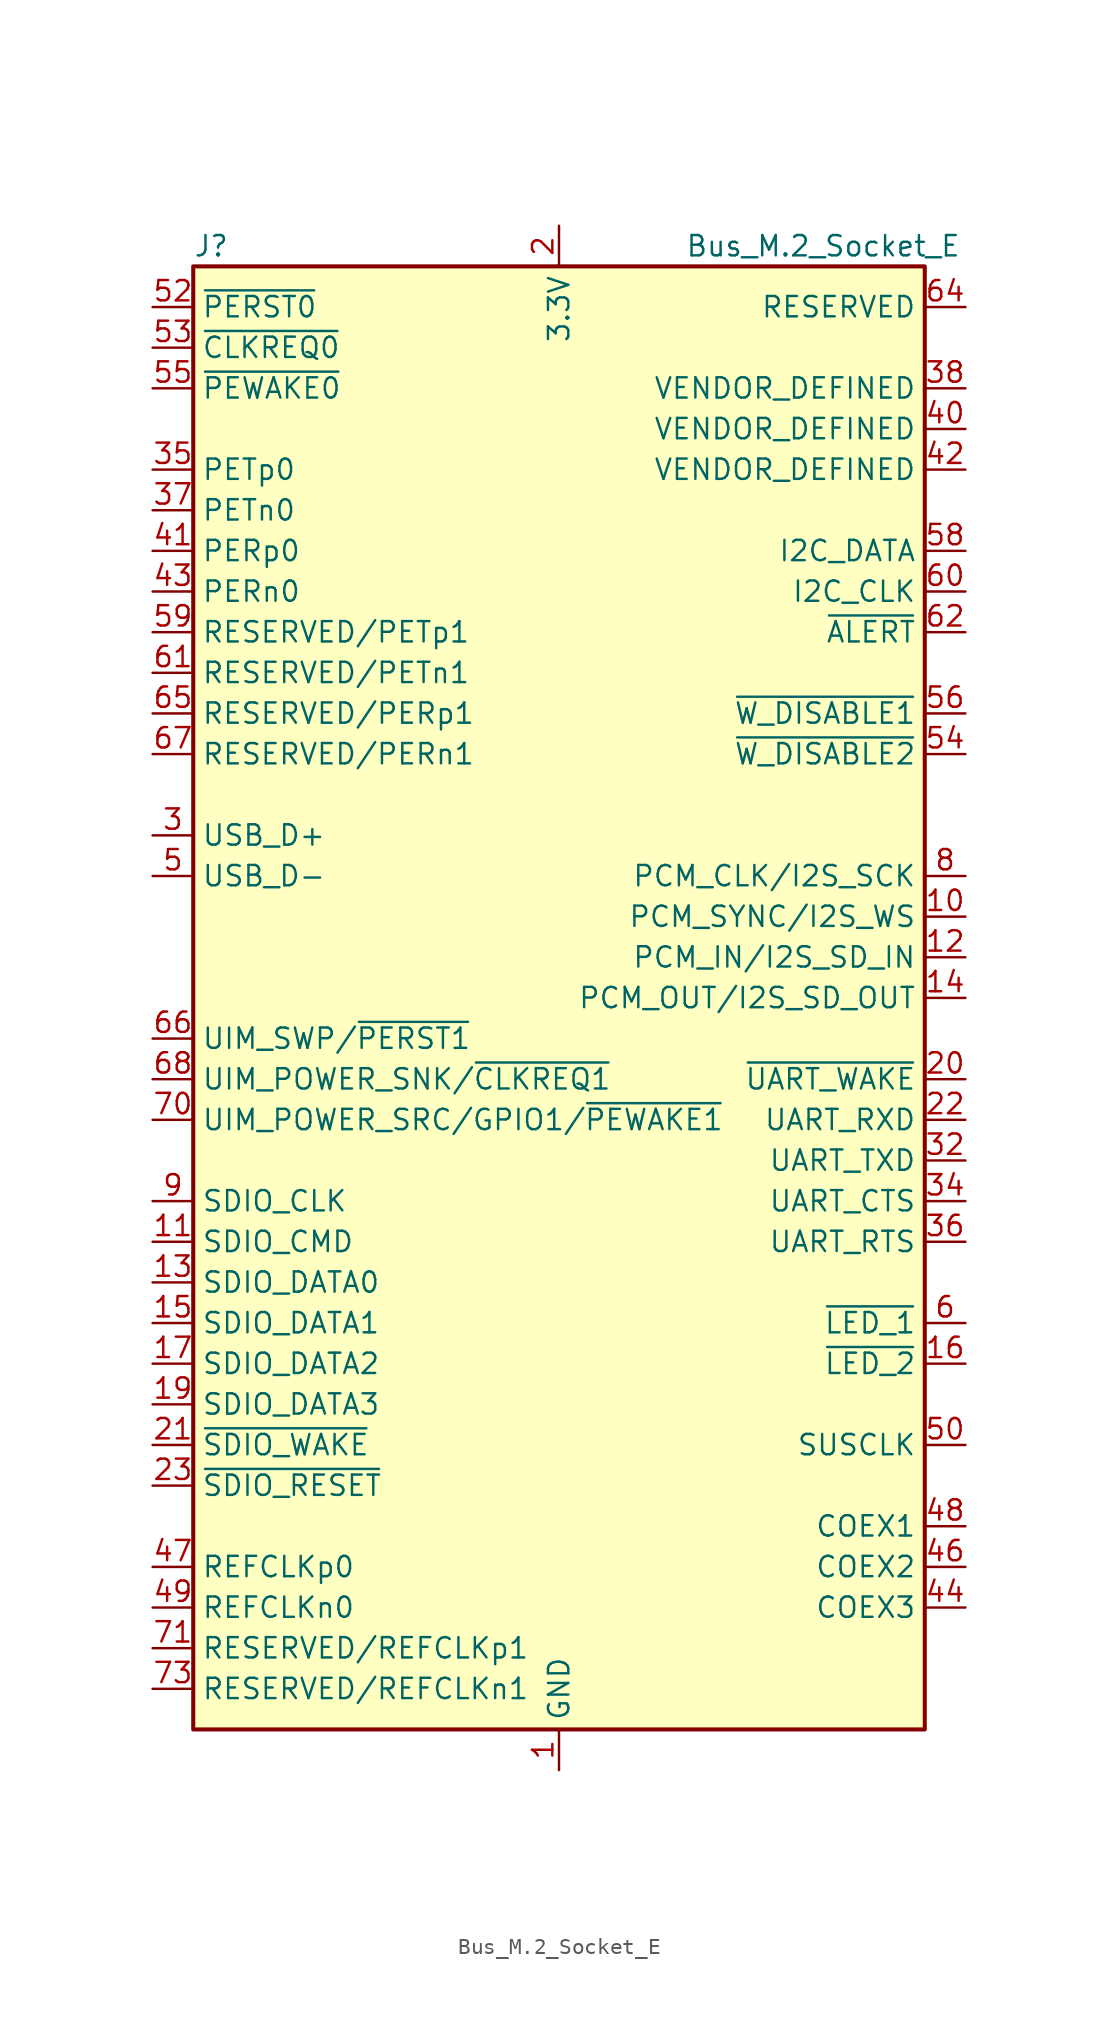
<source format=kicad_sym>
(kicad_symbol_lib
  (version 20241209)
  (generator "kicad_symbol_editor")
  (generator_version "9.0")
  (symbol "Bus_M.2_Socket_E"
    (property "Reference" "J"
      (at -22.86 46.99 0)
      (effects (font (size 1.27 1.27)) (justify left)))
    (property "Value" "Bus_M.2_Socket_E"
      (at 16.51 46.99 0)
      (effects (font (size 1.27 1.27))))
    (symbol "Bus_M.2_Socket_E_0_1"
      (rectangle (start -22.86 45.72) (end 22.86 -45.72) (stroke (width 0.254) (type default)) (fill (type background))))
    (symbol "Bus_M.2_Socket_E_1_1"
      (pin output line (at -25.4 43.18 0) (length 2.54) (name "~{PERST0}" (effects (font (size 1.27 1.27)))) (number "52" (effects (font (size 1.27 1.27)))))
      (pin bidirectional line (at -25.4 40.64 0) (length 2.54) (name "~{CLKREQ0}" (effects (font (size 1.27 1.27)))) (number "53" (effects (font (size 1.27 1.27)))))
      (pin bidirectional line (at -25.4 38.1 0) (length 2.54) (name "~{PEWAKE0}" (effects (font (size 1.27 1.27)))) (number "55" (effects (font (size 1.27 1.27)))))
      (pin output line (at -25.4 33.02 0) (length 2.54) (name "PETp0" (effects (font (size 1.27 1.27)))) (number "35" (effects (font (size 1.27 1.27)))))
      (pin output line (at -25.4 30.48 0) (length 2.54) (name "PETn0" (effects (font (size 1.27 1.27)))) (number "37" (effects (font (size 1.27 1.27)))))
      (pin input line (at -25.4 27.94 0) (length 2.54) (name "PERp0" (effects (font (size 1.27 1.27)))) (number "41" (effects (font (size 1.27 1.27)))))
      (pin input line (at -25.4 25.4 0) (length 2.54) (name "PERn0" (effects (font (size 1.27 1.27)))) (number "43" (effects (font (size 1.27 1.27)))))
      (pin output line (at -25.4 22.86 0) (length 2.54) (name "RESERVED/PETp1" (effects (font (size 1.27 1.27)))) (number "59" (effects (font (size 1.27 1.27)))))
      (pin output line (at -25.4 20.32 0) (length 2.54) (name "RESERVED/PETn1" (effects (font (size 1.27 1.27)))) (number "61" (effects (font (size 1.27 1.27)))))
      (pin input line (at -25.4 17.78 0) (length 2.54) (name "RESERVED/PERp1" (effects (font (size 1.27 1.27)))) (number "65" (effects (font (size 1.27 1.27)))))
      (pin input line (at -25.4 15.24 0) (length 2.54) (name "RESERVED/PERn1" (effects (font (size 1.27 1.27)))) (number "67" (effects (font (size 1.27 1.27)))))
      (pin bidirectional line (at -25.4 10.16 0) (length 2.54) (name "USB_D+" (effects (font (size 1.27 1.27)))) (number "3" (effects (font (size 1.27 1.27)))))
      (pin bidirectional line (at -25.4 7.62 0) (length 2.54) (name "USB_D-" (effects (font (size 1.27 1.27)))) (number "5" (effects (font (size 1.27 1.27)))))
      (pin output line (at -25.4 -2.54 0) (length 2.54) (name "UIM_SWP/~{PERST1}" (effects (font (size 1.27 1.27)))) (number "66" (effects (font (size 1.27 1.27)))))
      (pin bidirectional line (at -25.4 -5.08 0) (length 2.54) (name "UIM_POWER_SNK/~{CLKREQ1}" (effects (font (size 1.27 1.27)))) (number "68" (effects (font (size 1.27 1.27)))))
      (pin bidirectional line (at -25.4 -7.62 0) (length 2.54) (name "UIM_POWER_SRC/GPIO1/~{PEWAKE1}" (effects (font (size 1.27 1.27)))) (number "70" (effects (font (size 1.27 1.27)))))
      (pin output line (at -25.4 -12.7 0) (length 2.54) (name "SDIO_CLK" (effects (font (size 1.27 1.27)))) (number "9" (effects (font (size 1.27 1.27)))))
      (pin bidirectional line (at -25.4 -15.24 0) (length 2.54) (name "SDIO_CMD" (effects (font (size 1.27 1.27)))) (number "11" (effects (font (size 1.27 1.27)))))
      (pin bidirectional line (at -25.4 -17.78 0) (length 2.54) (name "SDIO_DATA0" (effects (font (size 1.27 1.27)))) (number "13" (effects (font (size 1.27 1.27)))))
      (pin bidirectional line (at -25.4 -20.32 0) (length 2.54) (name "SDIO_DATA1" (effects (font (size 1.27 1.27)))) (number "15" (effects (font (size 1.27 1.27)))))
      (pin bidirectional line (at -25.4 -22.86 0) (length 2.54) (name "SDIO_DATA2" (effects (font (size 1.27 1.27)))) (number "17" (effects (font (size 1.27 1.27)))))
      (pin bidirectional line (at -25.4 -25.4 0) (length 2.54) (name "SDIO_DATA3" (effects (font (size 1.27 1.27)))) (number "19" (effects (font (size 1.27 1.27)))))
      (pin input line (at -25.4 -27.94 0) (length 2.54) (name "~{SDIO_WAKE}" (effects (font (size 1.27 1.27)))) (number "21" (effects (font (size 1.27 1.27)))))
      (pin output line (at -25.4 -30.48 0) (length 2.54) (name "~{SDIO_RESET}" (effects (font (size 1.27 1.27)))) (number "23" (effects (font (size 1.27 1.27)))))
      (pin output line (at -25.4 -35.56 0) (length 2.54) (name "REFCLKp0" (effects (font (size 1.27 1.27)))) (number "47" (effects (font (size 1.27 1.27)))))
      (pin output line (at -25.4 -38.1 0) (length 2.54) (name "REFCLKn0" (effects (font (size 1.27 1.27)))) (number "49" (effects (font (size 1.27 1.27)))))
      (pin output line (at -25.4 -40.64 0) (length 2.54) (name "RESERVED/REFCLKp1" (effects (font (size 1.27 1.27)))) (number "71" (effects (font (size 1.27 1.27)))))
      (pin output line (at -25.4 -43.18 0) (length 2.54) (name "RESERVED/REFCLKn1" (effects (font (size 1.27 1.27)))) (number "73" (effects (font (size 1.27 1.27)))))
      (pin power_in line (at 0 48.26 270) (length 2.54) (name "3.3V" (effects (font (size 1.27 1.27)))) (number "2" (effects (font (size 1.27 1.27)))))
      (pin passive line (at 0 48.26 270) (length 2.54) (hide yes) (name "3.3V" (effects (font (size 1.27 1.27)))) (number "4" (effects (font (size 1.27 1.27)))))
      (pin passive line (at 0 48.26 270) (length 2.54) (hide yes) (name "3.3V" (effects (font (size 1.27 1.27)))) (number "72" (effects (font (size 1.27 1.27)))))
      (pin passive line (at 0 48.26 270) (length 2.54) (hide yes) (name "3.3V" (effects (font (size 1.27 1.27)))) (number "74" (effects (font (size 1.27 1.27)))))
      (pin power_in line (at 0 -48.26 90) (length 2.54) (name "GND" (effects (font (size 1.27 1.27)))) (number "1" (effects (font (size 1.27 1.27)))))
      (pin passive line (at 0 -48.26 90) (length 2.54) (hide yes) (name "GND" (effects (font (size 1.27 1.27)))) (number "18" (effects (font (size 1.27 1.27)))))
      (pin passive line (at 0 -48.26 90) (length 2.54) (hide yes) (name "GND" (effects (font (size 1.27 1.27)))) (number "33" (effects (font (size 1.27 1.27)))))
      (pin passive line (at 0 -48.26 90) (length 2.54) (hide yes) (name "GND" (effects (font (size 1.27 1.27)))) (number "39" (effects (font (size 1.27 1.27)))))
      (pin passive line (at 0 -48.26 90) (length 2.54) (hide yes) (name "GND" (effects (font (size 1.27 1.27)))) (number "45" (effects (font (size 1.27 1.27)))))
      (pin passive line (at 0 -48.26 90) (length 2.54) (hide yes) (name "GND" (effects (font (size 1.27 1.27)))) (number "51" (effects (font (size 1.27 1.27)))))
      (pin passive line (at 0 -48.26 90) (length 2.54) (hide yes) (name "GND" (effects (font (size 1.27 1.27)))) (number "57" (effects (font (size 1.27 1.27)))))
      (pin passive line (at 0 -48.26 90) (length 2.54) (hide yes) (name "GND" (effects (font (size 1.27 1.27)))) (number "63" (effects (font (size 1.27 1.27)))))
      (pin passive line (at 0 -48.26 90) (length 2.54) (hide yes) (name "GND" (effects (font (size 1.27 1.27)))) (number "69" (effects (font (size 1.27 1.27)))))
      (pin passive line (at 0 -48.26 90) (length 2.54) (hide yes) (name "GND" (effects (font (size 1.27 1.27)))) (number "7" (effects (font (size 1.27 1.27)))))
      (pin passive line (at 0 -48.26 90) (length 2.54) (hide yes) (name "GND" (effects (font (size 1.27 1.27)))) (number "75" (effects (font (size 1.27 1.27)))))
      (pin passive line (at 25.4 43.18 180) (length 2.54) (name "RESERVED" (effects (font (size 1.27 1.27)))) (number "64" (effects (font (size 1.27 1.27)))))
      (pin passive line (at 25.4 38.1 180) (length 2.54) (name "VENDOR_DEFINED" (effects (font (size 1.27 1.27)))) (number "38" (effects (font (size 1.27 1.27)))))
      (pin passive line (at 25.4 35.56 180) (length 2.54) (name "VENDOR_DEFINED" (effects (font (size 1.27 1.27)))) (number "40" (effects (font (size 1.27 1.27)))))
      (pin passive line (at 25.4 33.02 180) (length 2.54) (name "VENDOR_DEFINED" (effects (font (size 1.27 1.27)))) (number "42" (effects (font (size 1.27 1.27)))))
      (pin bidirectional line (at 25.4 27.94 180) (length 2.54) (name "I2C_DATA" (effects (font (size 1.27 1.27)))) (number "58" (effects (font (size 1.27 1.27)))))
      (pin output line (at 25.4 25.4 180) (length 2.54) (name "I2C_CLK" (effects (font (size 1.27 1.27)))) (number "60" (effects (font (size 1.27 1.27)))))
      (pin input line (at 25.4 22.86 180) (length 2.54) (name "~{ALERT}" (effects (font (size 1.27 1.27)))) (number "62" (effects (font (size 1.27 1.27)))))
      (pin output line (at 25.4 17.78 180) (length 2.54) (name "~{W_DISABLE1}" (effects (font (size 1.27 1.27)))) (number "56" (effects (font (size 1.27 1.27)))))
      (pin output line (at 25.4 15.24 180) (length 2.54) (name "~{W_DISABLE2}" (effects (font (size 1.27 1.27)))) (number "54" (effects (font (size 1.27 1.27)))))
      (pin bidirectional line (at 25.4 7.62 180) (length 2.54) (name "PCM_CLK/I2S_SCK" (effects (font (size 1.27 1.27)))) (number "8" (effects (font (size 1.27 1.27)))))
      (pin bidirectional line (at 25.4 5.08 180) (length 2.54) (name "PCM_SYNC/I2S_WS" (effects (font (size 1.27 1.27)))) (number "10" (effects (font (size 1.27 1.27)))))
      (pin input line (at 25.4 2.54 180) (length 2.54) (name "PCM_IN/I2S_SD_IN" (effects (font (size 1.27 1.27)))) (number "12" (effects (font (size 1.27 1.27)))))
      (pin output line (at 25.4 0 180) (length 2.54) (name "PCM_OUT/I2S_SD_OUT" (effects (font (size 1.27 1.27)))) (number "14" (effects (font (size 1.27 1.27)))))
      (pin input line (at 25.4 -5.08 180) (length 2.54) (name "~{UART_WAKE}" (effects (font (size 1.27 1.27)))) (number "20" (effects (font (size 1.27 1.27)))))
      (pin input line (at 25.4 -7.62 180) (length 2.54) (name "UART_RXD" (effects (font (size 1.27 1.27)))) (number "22" (effects (font (size 1.27 1.27)))))
      (pin output line (at 25.4 -10.16 180) (length 2.54) (name "UART_TXD" (effects (font (size 1.27 1.27)))) (number "32" (effects (font (size 1.27 1.27)))))
      (pin input line (at 25.4 -12.7 180) (length 2.54) (name "UART_CTS" (effects (font (size 1.27 1.27)))) (number "34" (effects (font (size 1.27 1.27)))))
      (pin output line (at 25.4 -15.24 180) (length 2.54) (name "UART_RTS" (effects (font (size 1.27 1.27)))) (number "36" (effects (font (size 1.27 1.27)))))
      (pin open_collector line (at 25.4 -20.32 180) (length 2.54) (name "~{LED_1}" (effects (font (size 1.27 1.27)))) (number "6" (effects (font (size 1.27 1.27)))))
      (pin open_collector line (at 25.4 -22.86 180) (length 2.54) (name "~{LED_2}" (effects (font (size 1.27 1.27)))) (number "16" (effects (font (size 1.27 1.27)))))
      (pin output line (at 25.4 -27.94 180) (length 2.54) (name "SUSCLK" (effects (font (size 1.27 1.27)))) (number "50" (effects (font (size 1.27 1.27)))))
      (pin bidirectional line (at 25.4 -33.02 180) (length 2.54) (name "COEX1" (effects (font (size 1.27 1.27)))) (number "48" (effects (font (size 1.27 1.27)))))
      (pin bidirectional line (at 25.4 -35.56 180) (length 2.54) (name "COEX2" (effects (font (size 1.27 1.27)))) (number "46" (effects (font (size 1.27 1.27)))))
      (pin bidirectional line (at 25.4 -38.1 180) (length 2.54) (name "COEX3" (effects (font (size 1.27 1.27)))) (number "44" (effects (font (size 1.27 1.27))))))))
</source>
